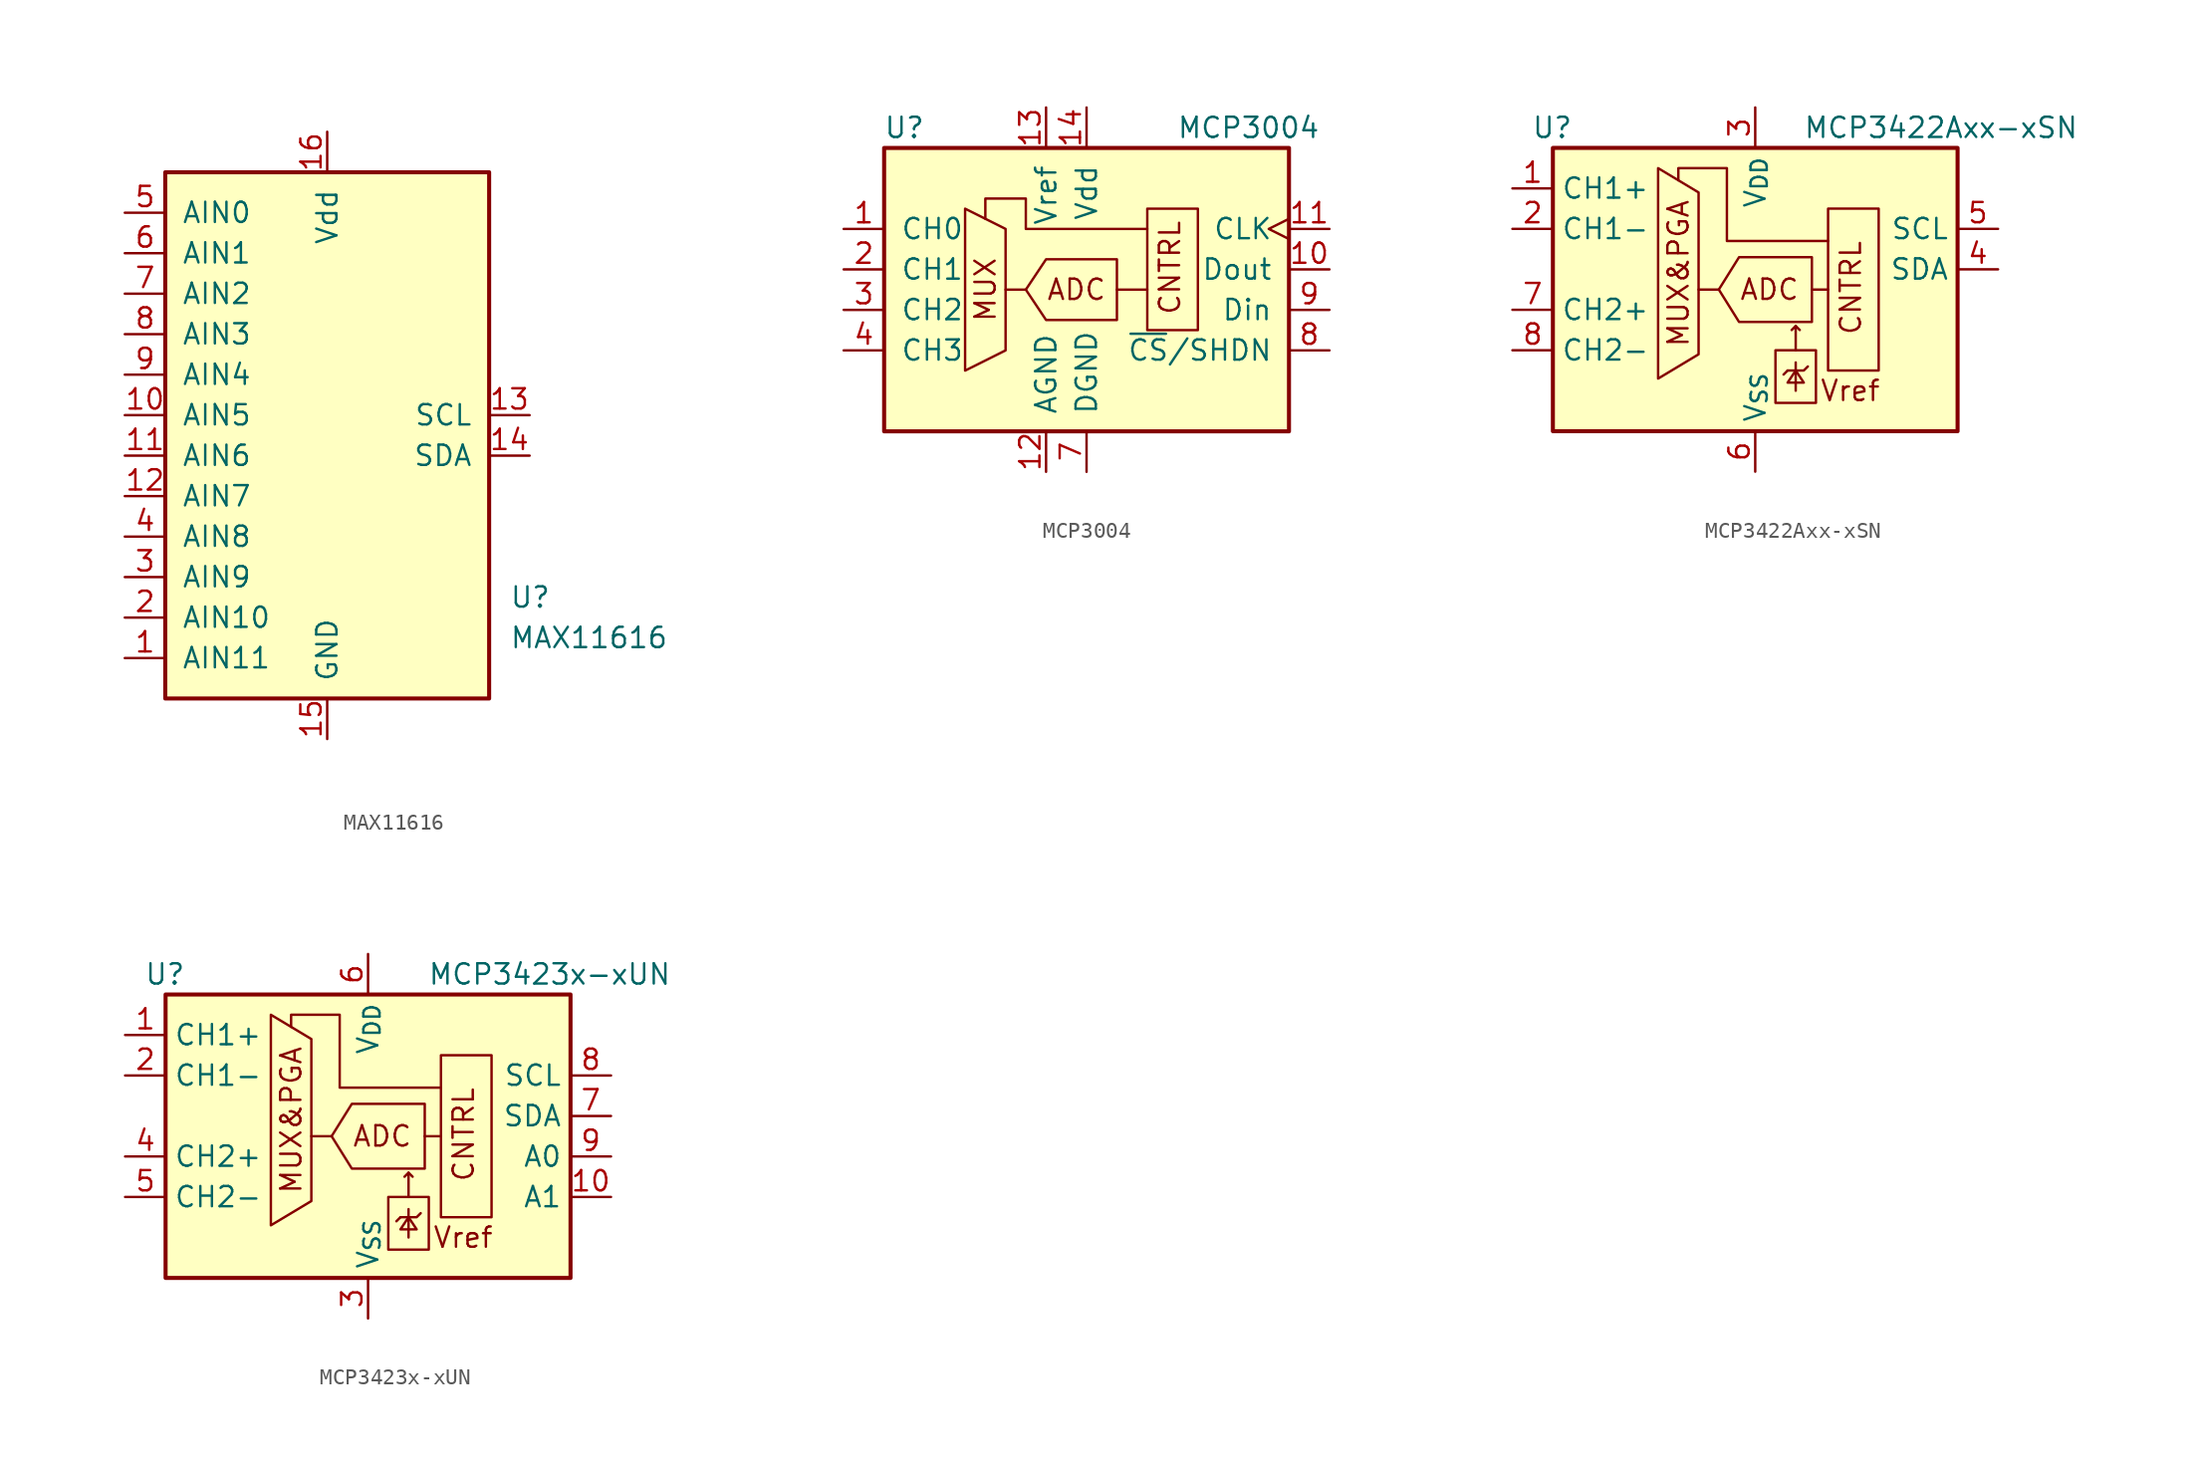
<source format=kicad_sym>
(kicad_symbol_lib
  (version 20241209)
  (generator "kicad_symbol_editor")
  (generator_version "9.0")
  (symbol "MAX11616"
    (pin_names
      (offset 1.016))
    (property "Reference" "U"
      (at 11.43 -11.43 0)
      (effects (font (size 1.27 1.27)) (justify left)))
    (property "Value" "MAX11616"
      (at 11.43 -13.97 0)
      (effects (font (size 1.27 1.27)) (justify left)))
    (symbol "MAX11616_0_1"
      (rectangle (start -10.16 15.24) (end 10.16 -17.78) (stroke (width 0.254) (type default)) (fill (type background))))
    (symbol "MAX11616_1_1"
      (pin input line (at -12.7 12.7 0) (length 2.54) (name "AIN0" (effects (font (size 1.27 1.27)))) (number "5" (effects (font (size 1.27 1.27)))))
      (pin input line (at -12.7 10.16 0) (length 2.54) (name "AIN1" (effects (font (size 1.27 1.27)))) (number "6" (effects (font (size 1.27 1.27)))))
      (pin input line (at -12.7 7.62 0) (length 2.54) (name "AIN2" (effects (font (size 1.27 1.27)))) (number "7" (effects (font (size 1.27 1.27)))))
      (pin input line (at -12.7 5.08 0) (length 2.54) (name "AIN3" (effects (font (size 1.27 1.27)))) (number "8" (effects (font (size 1.27 1.27)))))
      (pin input line (at -12.7 2.54 0) (length 2.54) (name "AIN4" (effects (font (size 1.27 1.27)))) (number "9" (effects (font (size 1.27 1.27)))))
      (pin input line (at -12.7 0 0) (length 2.54) (name "AIN5" (effects (font (size 1.27 1.27)))) (number "10" (effects (font (size 1.27 1.27)))))
      (pin input line (at -12.7 -2.54 0) (length 2.54) (name "AIN6" (effects (font (size 1.27 1.27)))) (number "11" (effects (font (size 1.27 1.27)))))
      (pin input line (at -12.7 -5.08 0) (length 2.54) (name "AIN7" (effects (font (size 1.27 1.27)))) (number "12" (effects (font (size 1.27 1.27)))))
      (pin input line (at -12.7 -7.62 0) (length 2.54) (name "AIN8" (effects (font (size 1.27 1.27)))) (number "4" (effects (font (size 1.27 1.27)))))
      (pin input line (at -12.7 -10.16 0) (length 2.54) (name "AIN9" (effects (font (size 1.27 1.27)))) (number "3" (effects (font (size 1.27 1.27)))))
      (pin input line (at -12.7 -12.7 0) (length 2.54) (name "AIN10" (effects (font (size 1.27 1.27)))) (number "2" (effects (font (size 1.27 1.27)))))
      (pin input line (at -12.7 -15.24 0) (length 2.54) (name "AIN11" (effects (font (size 1.27 1.27)))) (number "1" (effects (font (size 1.27 1.27)))))
      (pin power_in line (at 0 17.78 270) (length 2.54) (name "Vdd" (effects (font (size 1.27 1.27)))) (number "16" (effects (font (size 1.27 1.27)))))
      (pin power_in line (at 0 -20.32 90) (length 2.54) (name "GND" (effects (font (size 1.27 1.27)))) (number "15" (effects (font (size 1.27 1.27)))))
      (pin input line (at 12.7 0 180) (length 2.54) (name "SCL" (effects (font (size 1.27 1.27)))) (number "13" (effects (font (size 1.27 1.27)))))
      (pin bidirectional line (at 12.7 -2.54 180) (length 2.54) (name "SDA" (effects (font (size 1.27 1.27)))) (number "14" (effects (font (size 1.27 1.27)))))))
  (symbol "MCP3004"
    (pin_names
      (offset 1.016))
    (property "Reference" "U"
      (at -11.43 8.89 0)
      (effects (font (size 1.27 1.27))))
    (property "Value" "MCP3004"
      (at 10.16 8.89 0)
      (effects (font (size 1.27 1.27))))
    (symbol "MCP3004_0_0"
      (text "MUX" (at -6.35 -1.27 900) (effects (font (size 1.27 1.27))))
      (text "ADC" (at -0.635 -1.27 0) (effects (font (size 1.27 1.27))))
      (text "CNTRL" (at 5.969 -2.921 900) (effects (font (size 1.27 1.27)) (justify left bottom))))
    (symbol "MCP3004_0_1"
      (polyline (pts (xy -7.62 3.81) (xy -7.62 -6.35) (xy -5.08 -5.08) (xy -5.08 2.54) (xy -7.62 3.81)) (stroke (width 0) (type default)) (fill (type none)))
      (polyline (pts (xy -5.08 -1.27) (xy -3.81 -1.27)) (stroke (width 0) (type default)) (fill (type none)))
      (polyline (pts (xy -3.81 -1.27) (xy -2.54 0.635) (xy 1.905 0.635) (xy 1.905 -3.175) (xy -2.54 -3.175) (xy -3.81 -1.27)) (stroke (width 0) (type default)) (fill (type none)))
      (polyline (pts (xy 1.905 -1.27) (xy 3.81 -1.27)) (stroke (width 0) (type default)) (fill (type none)))
      (polyline (pts (xy 3.81 2.54) (xy -3.81 2.54) (xy -3.81 4.445) (xy -6.35 4.445) (xy -6.35 3.175)) (stroke (width 0) (type default)) (fill (type none)))
      (rectangle (start 3.81 -3.81) (end 6.985 3.81) (stroke (width 0) (type default)) (fill (type none)))
      (rectangle (start 12.7 7.62) (end -12.7 -10.16) (stroke (width 0.254) (type default)) (fill (type background))))
    (symbol "MCP3004_1_1"
      (pin input line (at -15.24 2.54 0) (length 2.54) (name "CH0" (effects (font (size 1.27 1.27)))) (number "1" (effects (font (size 1.27 1.27)))))
      (pin input line (at -15.24 0 0) (length 2.54) (name "CH1" (effects (font (size 1.27 1.27)))) (number "2" (effects (font (size 1.27 1.27)))))
      (pin input line (at -15.24 -2.54 0) (length 2.54) (name "CH2" (effects (font (size 1.27 1.27)))) (number "3" (effects (font (size 1.27 1.27)))))
      (pin input line (at -15.24 -5.08 0) (length 2.54) (name "CH3" (effects (font (size 1.27 1.27)))) (number "4" (effects (font (size 1.27 1.27)))))
      (pin no_connect line (at -12.7 5.08 0) (length 2.54) (hide yes) (name "NC" (effects (font (size 1.27 1.27)))) (number "5" (effects (font (size 1.27 1.27)))))
      (pin no_connect line (at -12.7 -7.62 0) (length 2.54) (hide yes) (name "NC" (effects (font (size 1.27 1.27)))) (number "6" (effects (font (size 1.27 1.27)))))
      (pin power_in line (at -2.54 10.16 270) (length 2.54) (name "Vref" (effects (font (size 1.27 1.27)))) (number "13" (effects (font (size 1.27 1.27)))))
      (pin power_in line (at -2.54 -12.7 90) (length 2.54) (name "AGND" (effects (font (size 1.27 1.27)))) (number "12" (effects (font (size 1.27 1.27)))))
      (pin power_in line (at 0 10.16 270) (length 2.54) (name "Vdd" (effects (font (size 1.27 1.27)))) (number "14" (effects (font (size 1.27 1.27)))))
      (pin power_in line (at 0 -12.7 90) (length 2.54) (name "DGND" (effects (font (size 1.27 1.27)))) (number "7" (effects (font (size 1.27 1.27)))))
      (pin input clock (at 15.24 2.54 180) (length 2.54) (name "CLK" (effects (font (size 1.27 1.27)))) (number "11" (effects (font (size 1.27 1.27)))))
      (pin output line (at 15.24 0 180) (length 2.54) (name "Dout" (effects (font (size 1.27 1.27)))) (number "10" (effects (font (size 1.27 1.27)))))
      (pin input line (at 15.24 -2.54 180) (length 2.54) (name "Din" (effects (font (size 1.27 1.27)))) (number "9" (effects (font (size 1.27 1.27)))))
      (pin input line (at 15.24 -5.08 180) (length 2.54) (name "~{CS}/SHDN" (effects (font (size 1.27 1.27)))) (number "8" (effects (font (size 1.27 1.27)))))))
  (symbol "MCP3422Axx-xSN"
    (property "Reference" "U"
      (at -11.43 8.89 0)
      (effects (font (size 1.27 1.27)) (justify right)))
    (property "Value" "MCP3422Axx-xSN"
      (at 20.32 8.89 0)
      (effects (font (size 1.27 1.27)) (justify right)))
    (symbol "MCP3422Axx-xSN_0_0"
      (polyline (pts (xy -6.096 6.35) (xy -3.556 4.826) (xy -3.556 -5.334) (xy -6.096 -6.858) (xy -6.096 6.35)) (stroke (width 0) (type default)) (fill (type none)))
      (polyline (pts (xy 3.556 0.762) (xy 3.556 -3.302) (xy -1.016 -3.302) (xy -2.286 -1.27) (xy -1.016 0.762) (xy 3.556 0.762)) (stroke (width 0) (type default)) (fill (type none)))
      (polyline (pts (xy 4.572 1.778) (xy -1.778 1.778) (xy -1.778 6.35) (xy -4.826 6.35) (xy -4.826 5.588)) (stroke (width 0) (type default)) (fill (type none)))
      (text "MUX&PGA" (at -4.826 -0.254 900) (effects (font (size 1.27 1.27))))
      (text "ADC" (at 0.889 -1.27 0) (effects (font (size 1.27 1.27))))
      (text "Vref" (at 5.969 -7.62 0) (effects (font (size 1.27 1.27))))
      (text "CNTRL" (at 6.731 -4.191 900) (effects (font (size 1.27 1.27)) (justify left bottom))))
    (symbol "MCP3422Axx-xSN_0_1"
      (polyline (pts (xy -3.556 -1.27) (xy -2.286 -1.27)) (stroke (width 0) (type default)) (fill (type none)))
      (rectangle (start 1.27 -5.08) (end 3.81 -8.382) (stroke (width 0) (type default)) (fill (type none)))
      (polyline (pts (xy 2.032 -6.35) (xy 1.778 -6.604)) (stroke (width 0) (type default)) (fill (type none)))
      (polyline (pts (xy 2.032 -6.35) (xy 3.048 -6.35) (xy 3.302 -6.096)) (stroke (width 0) (type default)) (fill (type none)))
      (polyline (pts (xy 2.54 -3.556) (xy 2.794 -3.81)) (stroke (width 0) (type default)) (fill (type none)))
      (polyline (pts (xy 2.54 -5.08) (xy 2.54 -3.556) (xy 2.286 -3.81)) (stroke (width 0) (type default)) (fill (type none)))
      (polyline (pts (xy 2.54 -5.842) (xy 2.54 -7.62)) (stroke (width 0) (type default)) (fill (type none)))
      (polyline (pts (xy 2.54 -6.35) (xy 2.032 -7.112) (xy 3.048 -7.112) (xy 2.54 -6.35)) (stroke (width 0) (type default)) (fill (type none)))
      (polyline (pts (xy 3.556 -1.27) (xy 4.572 -1.27)) (stroke (width 0) (type default)) (fill (type none)))
      (rectangle (start 4.572 -6.35) (end 7.747 3.81) (stroke (width 0) (type default)) (fill (type none)))
      (rectangle (start 12.7 7.62) (end -12.7 -10.16) (stroke (width 0.254) (type default)) (fill (type background))))
    (symbol "MCP3422Axx-xSN_1_1"
      (pin input line (at -15.24 5.08 0) (length 2.54) (name "CH1+" (effects (font (size 1.27 1.27)))) (number "1" (effects (font (size 1.27 1.27)))))
      (pin input line (at -15.24 2.54 0) (length 2.54) (name "CH1-" (effects (font (size 1.27 1.27)))) (number "2" (effects (font (size 1.27 1.27)))))
      (pin input line (at -15.24 -2.54 0) (length 2.54) (name "CH2+" (effects (font (size 1.27 1.27)))) (number "7" (effects (font (size 1.27 1.27)))))
      (pin input line (at -15.24 -5.08 0) (length 2.54) (name "CH2-" (effects (font (size 1.27 1.27)))) (number "8" (effects (font (size 1.27 1.27)))))
      (pin power_in line (at 0 10.16 270) (length 2.54) (name "V_{DD}" (effects (font (size 1.27 1.27)))) (number "3" (effects (font (size 1.27 1.27)))))
      (pin power_in line (at 0 -12.7 90) (length 2.54) (name "V_{SS}" (effects (font (size 1.27 1.27)))) (number "6" (effects (font (size 1.27 1.27)))))
      (pin input line (at 15.24 2.54 180) (length 2.54) (name "SCL" (effects (font (size 1.27 1.27)))) (number "5" (effects (font (size 1.27 1.27)))))
      (pin bidirectional line (at 15.24 0 180) (length 2.54) (name "SDA" (effects (font (size 1.27 1.27)))) (number "4" (effects (font (size 1.27 1.27)))))))
  (symbol "MCP3423x-xUN"
    (property "Reference" "U"
      (at -11.43 8.89 0)
      (effects (font (size 1.27 1.27)) (justify right)))
    (property "Value" "MCP3423x-xUN"
      (at 19.05 8.89 0)
      (effects (font (size 1.27 1.27)) (justify right)))
    (symbol "MCP3423x-xUN_0_0"
      (polyline (pts (xy -6.096 6.35) (xy -3.556 4.826) (xy -3.556 -5.334) (xy -6.096 -6.858) (xy -6.096 6.35)) (stroke (width 0) (type default)) (fill (type none)))
      (polyline (pts (xy 3.556 0.762) (xy 3.556 -3.302) (xy -1.016 -3.302) (xy -2.286 -1.27) (xy -1.016 0.762) (xy 3.556 0.762)) (stroke (width 0) (type default)) (fill (type none)))
      (polyline (pts (xy 4.572 1.778) (xy -1.778 1.778) (xy -1.778 6.35) (xy -4.826 6.35) (xy -4.826 5.588)) (stroke (width 0) (type default)) (fill (type none)))
      (text "MUX&PGA" (at -4.826 -0.254 900) (effects (font (size 1.27 1.27))))
      (text "ADC" (at 0.889 -1.27 0) (effects (font (size 1.27 1.27))))
      (text "Vref" (at 5.969 -7.62 0) (effects (font (size 1.27 1.27))))
      (text "CNTRL" (at 6.731 -4.191 900) (effects (font (size 1.27 1.27)) (justify left bottom))))
    (symbol "MCP3423x-xUN_0_1"
      (polyline (pts (xy -3.556 -1.27) (xy -2.286 -1.27)) (stroke (width 0) (type default)) (fill (type none)))
      (rectangle (start 1.27 -5.08) (end 3.81 -8.382) (stroke (width 0) (type default)) (fill (type none)))
      (polyline (pts (xy 2.032 -6.35) (xy 1.778 -6.604)) (stroke (width 0) (type default)) (fill (type none)))
      (polyline (pts (xy 2.032 -6.35) (xy 3.048 -6.35) (xy 3.302 -6.096)) (stroke (width 0) (type default)) (fill (type none)))
      (polyline (pts (xy 2.54 -3.556) (xy 2.794 -3.81)) (stroke (width 0) (type default)) (fill (type none)))
      (polyline (pts (xy 2.54 -5.08) (xy 2.54 -3.556) (xy 2.286 -3.81)) (stroke (width 0) (type default)) (fill (type none)))
      (polyline (pts (xy 2.54 -5.842) (xy 2.54 -7.62)) (stroke (width 0) (type default)) (fill (type none)))
      (polyline (pts (xy 2.54 -6.35) (xy 2.032 -7.112) (xy 3.048 -7.112) (xy 2.54 -6.35)) (stroke (width 0) (type default)) (fill (type none)))
      (polyline (pts (xy 3.556 -1.27) (xy 4.572 -1.27)) (stroke (width 0) (type default)) (fill (type none)))
      (rectangle (start 4.572 -6.35) (end 7.747 3.81) (stroke (width 0) (type default)) (fill (type none)))
      (rectangle (start 12.7 7.62) (end -12.7 -10.16) (stroke (width 0.254) (type default)) (fill (type background))))
    (symbol "MCP3423x-xUN_1_1"
      (pin input line (at -15.24 5.08 0) (length 2.54) (name "CH1+" (effects (font (size 1.27 1.27)))) (number "1" (effects (font (size 1.27 1.27)))))
      (pin input line (at -15.24 2.54 0) (length 2.54) (name "CH1-" (effects (font (size 1.27 1.27)))) (number "2" (effects (font (size 1.27 1.27)))))
      (pin input line (at -15.24 -2.54 0) (length 2.54) (name "CH2+" (effects (font (size 1.27 1.27)))) (number "4" (effects (font (size 1.27 1.27)))))
      (pin input line (at -15.24 -5.08 0) (length 2.54) (name "CH2-" (effects (font (size 1.27 1.27)))) (number "5" (effects (font (size 1.27 1.27)))))
      (pin power_in line (at 0 10.16 270) (length 2.54) (name "V_{DD}" (effects (font (size 1.27 1.27)))) (number "6" (effects (font (size 1.27 1.27)))))
      (pin power_in line (at 0 -12.7 90) (length 2.54) (name "V_{SS}" (effects (font (size 1.27 1.27)))) (number "3" (effects (font (size 1.27 1.27)))))
      (pin input line (at 15.24 2.54 180) (length 2.54) (name "SCL" (effects (font (size 1.27 1.27)))) (number "8" (effects (font (size 1.27 1.27)))))
      (pin bidirectional line (at 15.24 0 180) (length 2.54) (name "SDA" (effects (font (size 1.27 1.27)))) (number "7" (effects (font (size 1.27 1.27)))))
      (pin input line (at 15.24 -2.54 180) (length 2.54) (name "A0" (effects (font (size 1.27 1.27)))) (number "9" (effects (font (size 1.27 1.27)))))
      (pin input line (at 15.24 -5.08 180) (length 2.54) (name "A1" (effects (font (size 1.27 1.27)))) (number "10" (effects (font (size 1.27 1.27))))))))
</source>
